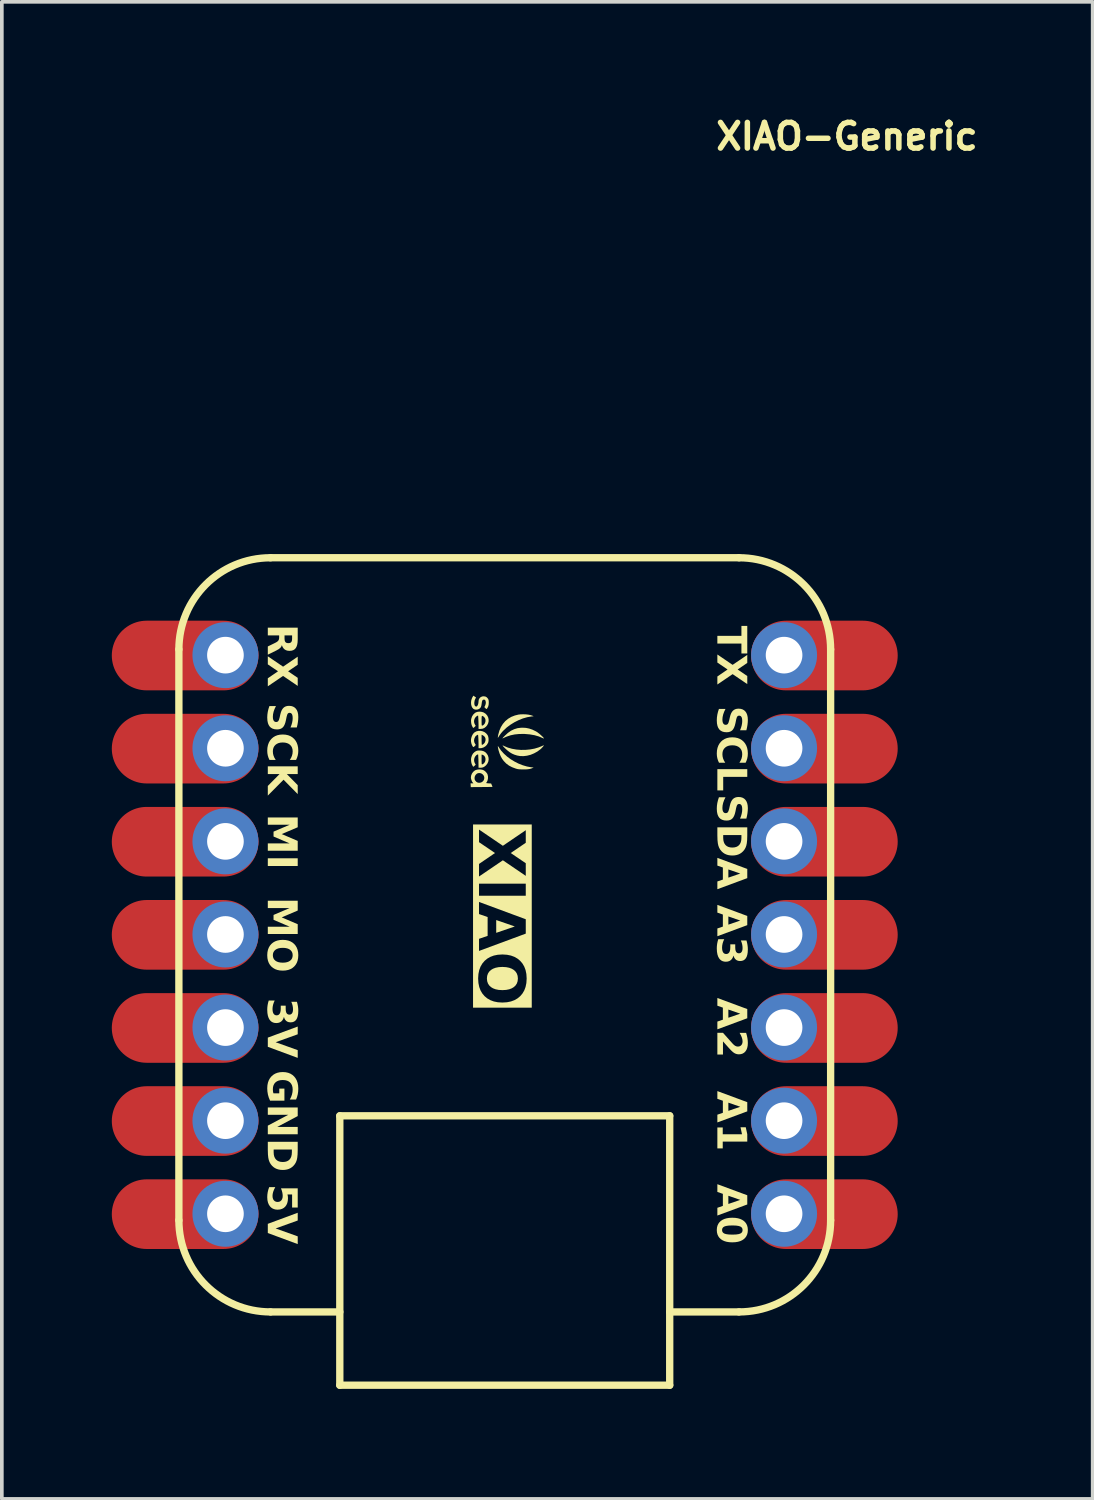
<source format=kicad_pcb>
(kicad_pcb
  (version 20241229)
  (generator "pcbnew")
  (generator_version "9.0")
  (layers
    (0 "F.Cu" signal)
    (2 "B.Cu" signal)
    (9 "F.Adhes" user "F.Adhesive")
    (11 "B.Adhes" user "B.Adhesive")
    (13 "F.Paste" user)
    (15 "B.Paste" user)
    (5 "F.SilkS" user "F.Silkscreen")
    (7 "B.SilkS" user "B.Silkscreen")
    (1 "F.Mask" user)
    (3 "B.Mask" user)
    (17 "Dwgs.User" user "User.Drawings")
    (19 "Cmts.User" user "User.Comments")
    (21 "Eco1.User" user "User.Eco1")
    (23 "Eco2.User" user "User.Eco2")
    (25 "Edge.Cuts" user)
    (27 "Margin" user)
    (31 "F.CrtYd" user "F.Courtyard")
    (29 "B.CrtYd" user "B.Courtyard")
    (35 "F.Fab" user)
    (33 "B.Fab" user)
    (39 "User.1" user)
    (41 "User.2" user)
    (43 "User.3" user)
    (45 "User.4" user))
  (footprint "XIAO-Generic"
    (layer "F.Cu")
    (at 10.72 22.453)
    (property "Reference" "XIAO-Generic" (at 9.335 -21.78 0) (layer "F.SilkS") (effects (font (size 0.7 0.7) (thickness 0.15))))
    (attr through_hole)
    (fp_line (start -8.89 7.787) (end -8.89 -7.787) (stroke (width 0.2) (type solid)) (layer "F.SilkS"))
    (fp_line (start -6.39 -10.287) (end 6.39 -10.287) (stroke (width 0.2) (type solid)) (layer "F.SilkS"))
    (fp_line (start -4.5 4.937) (end 4.5 4.937) (stroke (width 0.2) (type solid)) (layer "F.SilkS"))
    (fp_line (start -4.5 10.287) (end -6.39 10.287) (stroke (width 0.2) (type solid)) (layer "F.SilkS"))
    (fp_line (start -4.5 12.287) (end -4.5 4.937) (stroke (width 0.2) (type solid)) (layer "F.SilkS"))
    (fp_line (start 4.5 4.937) (end 4.5 12.287) (stroke (width 0.2) (type solid)) (layer "F.SilkS"))
    (fp_line (start 4.5 12.287) (end -4.5 12.287) (stroke (width 0.2) (type solid)) (layer "F.SilkS"))
    (fp_line (start 6.39 10.287) (end 4.5 10.287) (stroke (width 0.2) (type solid)) (layer "F.SilkS"))
    (fp_line (start 8.89 -7.787) (end 8.89 7.787) (stroke (width 0.2) (type solid)) (layer "F.SilkS"))
    (fp_arc (start -8.89 -7.787) (mid -8.157767 -9.554767) (end -6.39 -10.287) (stroke (width 0.2) (type solid)) (layer "F.SilkS"))
    (fp_arc (start -6.39 10.287) (mid -8.157767 9.554767) (end -8.89 7.787) (stroke (width 0.2) (type solid)) (layer "F.SilkS"))
    (fp_arc (start 6.39 -10.287) (mid 8.157767 -9.554767) (end 8.89 -7.787) (stroke (width 0.2) (type solid)) (layer "F.SilkS"))
    (fp_arc (start 8.89 7.787) (mid 8.157767 9.554767) (end 6.39 10.287) (stroke (width 0.2) (type solid)) (layer "F.SilkS"))
    (fp_poly (pts (xy 0.727 -5.957) (xy 0.613 -5.937) (xy 0.496 -5.904) (xy 0.379 -5.857) (xy 0.265 -5.8) (xy 0.156 -5.733) (xy 0.055 -5.658) (xy -0.033 -5.576) (xy -0.046 -5.563) (xy -0.082 -5.523) (xy -0.113 -5.484) (xy -0.144 -5.44) (xy -0.179 -5.386) (xy -0.187 -5.376) (xy -0.189 -5.379) (xy -0.189 -5.387) (xy -0.187 -5.404) (xy -0.183 -5.431) (xy -0.178 -5.458) (xy -0.148 -5.567) (xy -0.106 -5.666) (xy -0.052 -5.753) (xy 0.014 -5.83) (xy 0.091 -5.894) (xy 0.178 -5.946) (xy 0.275 -5.984) (xy 0.372 -6.008) (xy 0.433 -6.015) (xy 0.501 -6.017) (xy 0.571 -6.015) (xy 0.638 -6.008) (xy 0.699 -5.996) (xy 0.748 -5.981) (xy 0.756 -5.978) (xy 0.789 -5.963)) (stroke (width 0) (type solid)) (fill yes) (layer "F.SilkS"))
    (fp_poly (pts (xy 1.064 -5.163) (xy 1.053 -5.146) (xy 1.034 -5.124) (xy 1.012 -5.1) (xy 0.989 -5.076) (xy 0.976 -5.065) (xy 0.892 -5.002) (xy 0.8 -4.951) (xy 0.705 -4.912) (xy 0.607 -4.887) (xy 0.51 -4.875) (xy 0.415 -4.878) (xy 0.339 -4.892) (xy 0.264 -4.915) (xy 0.198 -4.944) (xy 0.135 -4.982) (xy 0.072 -5.031) (xy 0.02 -5.078) (xy -0.018 -5.115) (xy -0.043 -5.142) (xy -0.056 -5.158) (xy -0.058 -5.166) (xy -0.049 -5.165) (xy -0.028 -5.157) (xy -0.018 -5.151) (xy 0.085 -5.108) (xy 0.197 -5.076) (xy 0.317 -5.055) (xy 0.441 -5.045) (xy 0.566 -5.046) (xy 0.691 -5.058) (xy 0.812 -5.08) (xy 0.926 -5.114) (xy 1.014 -5.15) (xy 1.04 -5.162) (xy 1.059 -5.17) (xy 1.066 -5.172)) (stroke (width 0) (type solid)) (fill yes) (layer "F.SilkS"))
    (fp_poly (pts (xy 0.756 -4.55) (xy 0.718 -4.535) (xy 0.679 -4.525) (xy 0.637 -4.518) (xy 0.588 -4.514) (xy 0.526 -4.513) (xy 0.502 -4.513) (xy 0.45 -4.514) (xy 0.41 -4.515) (xy 0.379 -4.518) (xy 0.351 -4.522) (xy 0.324 -4.529) (xy 0.299 -4.536) (xy 0.2 -4.573) (xy 0.114 -4.618) (xy 0.039 -4.674) (xy -0.027 -4.742) (xy -0.074 -4.805) (xy -0.11 -4.871) (xy -0.142 -4.948) (xy -0.168 -5.03) (xy -0.177 -5.069) (xy -0.185 -5.11) (xy -0.189 -5.136) (xy -0.188 -5.147) (xy -0.182 -5.144) (xy -0.17 -5.128) (xy -0.16 -5.112) (xy -0.1 -5.026) (xy -0.024 -4.943) (xy 0.063 -4.864) (xy 0.16 -4.792) (xy 0.265 -4.728) (xy 0.375 -4.672) (xy 0.489 -4.627) (xy 0.604 -4.593) (xy 0.717 -4.572) (xy 0.735 -4.57) (xy 0.789 -4.564)) (stroke (width 0) (type solid)) (fill yes) (layer "F.SilkS"))
    (fp_poly (pts (xy 1.062 -5.357) (xy 1.044 -5.363) (xy 1.029 -5.37) (xy 0.927 -5.413) (xy 0.812 -5.446) (xy 0.685 -5.468) (xy 0.547 -5.48) (xy 0.523 -5.481) (xy 0.391 -5.479) (xy 0.271 -5.467) (xy 0.16 -5.444) (xy 0.056 -5.409) (xy -0.000345 -5.385) (xy -0.029 -5.371) (xy -0.052 -5.362) (xy -0.064 -5.359) (xy -0.065 -5.359) (xy -0.059 -5.367) (xy -0.044 -5.384) (xy -0.022 -5.408) (xy 0.004 -5.434) (xy 0.086 -5.509) (xy 0.17 -5.568) (xy 0.257 -5.61) (xy 0.348 -5.638) (xy 0.444 -5.65) (xy 0.481 -5.651) (xy 0.576 -5.646) (xy 0.665 -5.628) (xy 0.754 -5.598) (xy 0.844 -5.554) (xy 0.864 -5.543) (xy 0.892 -5.525) (xy 0.924 -5.5) (xy 0.959 -5.473) (xy 0.992 -5.443) (xy 1.023 -5.415) (xy 1.047 -5.39) (xy 1.064 -5.37) (xy 1.069 -5.359)) (stroke (width 0) (type solid)) (fill yes) (layer "F.SilkS"))
    (fp_poly (pts (xy -0.44 -6.273) (xy -0.454 -6.224) (xy -0.478 -6.18) (xy -0.486 -6.171) (xy -0.494 -6.162) (xy -0.502 -6.161) (xy -0.514 -6.17) (xy -0.528 -6.184) (xy -0.557 -6.212) (xy -0.536 -6.253) (xy -0.52 -6.299) (xy -0.516 -6.345) (xy -0.525 -6.385) (xy -0.528 -6.392) (xy -0.541 -6.41) (xy -0.558 -6.416) (xy -0.569 -6.417) (xy -0.59 -6.414) (xy -0.605 -6.403) (xy -0.616 -6.382) (xy -0.624 -6.349) (xy -0.63 -6.307) (xy -0.638 -6.255) (xy -0.65 -6.217) (xy -0.667 -6.19) (xy -0.692 -6.169) (xy -0.707 -6.16) (xy -0.747 -6.146) (xy -0.789 -6.143) (xy -0.829 -6.151) (xy -0.855 -6.164) (xy -0.885 -6.196) (xy -0.906 -6.239) (xy -0.918 -6.291) (xy -0.92 -6.348) (xy -0.913 -6.4) (xy -0.902 -6.435) (xy -0.887 -6.472) (xy -0.879 -6.486) (xy -0.856 -6.525) (xy -0.82 -6.5) (xy -0.783 -6.475) (xy -0.804 -6.437) (xy -0.821 -6.395) (xy -0.829 -6.346) (xy -0.83 -6.343) (xy -0.83 -6.296) (xy -0.822 -6.262) (xy -0.807 -6.24) (xy -0.794 -6.232) (xy -0.778 -6.227) (xy -0.764 -6.232) (xy -0.753 -6.241) (xy -0.737 -6.265) (xy -0.724 -6.301) (xy -0.717 -6.345) (xy -0.715 -6.376) (xy -0.708 -6.42) (xy -0.686 -6.458) (xy -0.654 -6.487) (xy -0.612 -6.504) (xy -0.576 -6.508) (xy -0.528 -6.501) (xy -0.49 -6.48) (xy -0.46 -6.445) (xy -0.457 -6.441) (xy -0.446 -6.419) (xy -0.44 -6.398) (xy -0.437 -6.371) (xy -0.436 -6.333) (xy -0.436 -6.333)) (stroke (width 0) (type solid)) (fill yes) (layer "F.SilkS"))
    (fp_poly (pts (xy -0.343 -4.036) (xy -0.366 -4.035) (xy -0.402 -4.035) (xy -0.449 -4.034) (xy -0.505 -4.033) (xy -0.569 -4.033) (xy -0.632 -4.032) (xy -0.928 -4.03) (xy -0.93 -4.082) (xy -0.933 -4.133) (xy -0.894 -4.133) (xy -0.855 -4.133) (xy -0.877 -4.159) (xy -0.895 -4.188) (xy -0.91 -4.226) (xy -0.921 -4.266) (xy -0.924 -4.296) (xy -0.916 -4.35) (xy -0.894 -4.402) (xy -0.86 -4.448) (xy -0.817 -4.483) (xy -0.801 -4.492) (xy -0.757 -4.506) (xy -0.709 -4.512) (xy -0.709 -4.414) (xy -0.747 -4.404) (xy -0.765 -4.393) (xy -0.797 -4.361) (xy -0.817 -4.321) (xy -0.825 -4.278) (xy -0.819 -4.235) (xy -0.807 -4.211) (xy -0.778 -4.177) (xy -0.744 -4.156) (xy -0.706 -4.148) (xy -0.667 -4.151) (xy -0.63 -4.164) (xy -0.599 -4.186) (xy -0.574 -4.217) (xy -0.56 -4.256) (xy -0.559 -4.3) (xy -0.559 -4.301) (xy -0.572 -4.341) (xy -0.597 -4.373) (xy -0.63 -4.398) (xy -0.668 -4.412) (xy -0.709 -4.414) (xy -0.709 -4.512) (xy -0.705 -4.513) (xy -0.652 -4.511) (xy -0.603 -4.501) (xy -0.58 -4.492) (xy -0.541 -4.468) (xy -0.507 -4.434) (xy -0.479 -4.397) (xy -0.467 -4.368) (xy -0.457 -4.314) (xy -0.459 -4.258) (xy -0.472 -4.206) (xy -0.477 -4.195) (xy -0.49 -4.17) (xy -0.502 -4.151) (xy -0.508 -4.145) (xy -0.506 -4.141) (xy -0.489 -4.137) (xy -0.458 -4.134) (xy -0.446 -4.133) (xy -0.372 -4.129) (xy -0.352 -4.083) (xy -0.342 -4.059) (xy -0.336 -4.042) (xy -0.335 -4.036)) (stroke (width 0) (type solid)) (fill yes) (layer "F.SilkS"))
    (fp_poly (pts (xy -0.449 -5.256) (xy -0.455 -5.24) (xy -0.486 -5.186) (xy -0.528 -5.143) (xy -0.578 -5.112) (xy -0.633 -5.095) (xy -0.667 -5.092) (xy -0.715 -5.092) (xy -0.715 -5.194) (xy -0.716 -5.242) (xy -0.717 -5.291) (xy -0.719 -5.339) (xy -0.721 -5.383) (xy -0.724 -5.419) (xy -0.726 -5.445) (xy -0.729 -5.457) (xy -0.729 -5.458) (xy -0.739 -5.458) (xy -0.756 -5.449) (xy -0.777 -5.435) (xy -0.795 -5.419) (xy -0.806 -5.405) (xy -0.83 -5.352) (xy -0.838 -5.301) (xy -0.83 -5.252) (xy -0.81 -5.212) (xy -0.789 -5.181) (xy -0.82 -5.149) (xy -0.84 -5.13) (xy -0.853 -5.123) (xy -0.862 -5.126) (xy -0.863 -5.127) (xy -0.879 -5.147) (xy -0.895 -5.179) (xy -0.909 -5.218) (xy -0.914 -5.24) (xy -0.921 -5.277) (xy -0.922 -5.308) (xy -0.919 -5.341) (xy -0.912 -5.375) (xy -0.896 -5.425) (xy -0.872 -5.471) (xy -0.843 -5.508) (xy -0.829 -5.52) (xy -0.779 -5.549) (xy -0.723 -5.564) (xy -0.665 -5.565) (xy -0.632 -5.559) (xy -0.632 -5.458) (xy -0.632 -5.321) (xy -0.631 -5.264) (xy -0.63 -5.223) (xy -0.628 -5.197) (xy -0.624 -5.185) (xy -0.622 -5.183) (xy -0.602 -5.19) (xy -0.578 -5.207) (xy -0.555 -5.23) (xy -0.541 -5.253) (xy -0.525 -5.301) (xy -0.524 -5.347) (xy -0.538 -5.388) (xy -0.565 -5.422) (xy -0.605 -5.447) (xy -0.611 -5.45) (xy -0.632 -5.458) (xy -0.632 -5.559) (xy -0.608 -5.554) (xy -0.555 -5.532) (xy -0.509 -5.498) (xy -0.472 -5.454) (xy -0.463 -5.438) (xy -0.449 -5.398) (xy -0.442 -5.35) (xy -0.442 -5.3)) (stroke (width 0) (type solid)) (fill yes) (layer "F.SilkS"))
    (fp_poly (pts (xy -0.448 -4.73) (xy -0.472 -4.676) (xy -0.509 -4.627) (xy -0.519 -4.618) (xy -0.557 -4.587) (xy -0.594 -4.568) (xy -0.635 -4.56) (xy -0.665 -4.558) (xy -0.715 -4.558) (xy -0.717 -4.681) (xy -0.717 -4.726) (xy -0.718 -4.765) (xy -0.719 -4.795) (xy -0.72 -4.813) (xy -0.72 -4.817) (xy -0.721 -4.831) (xy -0.722 -4.857) (xy -0.723 -4.878) (xy -0.724 -4.905) (xy -0.726 -4.918) (xy -0.732 -4.922) (xy -0.742 -4.92) (xy -0.772 -4.904) (xy -0.8 -4.875) (xy -0.821 -4.838) (xy -0.829 -4.817) (xy -0.837 -4.766) (xy -0.83 -4.716) (xy -0.81 -4.671) (xy -0.807 -4.667) (xy -0.791 -4.644) (xy -0.824 -4.612) (xy -0.842 -4.595) (xy -0.854 -4.588) (xy -0.864 -4.59) (xy -0.874 -4.605) (xy -0.888 -4.632) (xy -0.895 -4.646) (xy -0.91 -4.69) (xy -0.918 -4.742) (xy -0.92 -4.794) (xy -0.915 -4.83) (xy -0.896 -4.894) (xy -0.866 -4.946) (xy -0.825 -4.986) (xy -0.796 -5.005) (xy -0.771 -5.018) (xy -0.749 -5.025) (xy -0.722 -5.028) (xy -0.686 -5.029) (xy -0.686 -5.029) (xy -0.632 -5.024) (xy -0.632 -4.918) (xy -0.632 -4.784) (xy -0.632 -4.734) (xy -0.631 -4.697) (xy -0.63 -4.673) (xy -0.627 -4.659) (xy -0.624 -4.652) (xy -0.619 -4.65) (xy -0.619 -4.65) (xy -0.597 -4.657) (xy -0.573 -4.675) (xy -0.551 -4.7) (xy -0.539 -4.72) (xy -0.526 -4.764) (xy -0.526 -4.808) (xy -0.537 -4.849) (xy -0.558 -4.882) (xy -0.589 -4.905) (xy -0.609 -4.913) (xy -0.632 -4.918) (xy -0.632 -5.024) (xy -0.622 -5.023) (xy -0.568 -5.006) (xy -0.522 -4.976) (xy -0.499 -4.952) (xy -0.464 -4.902) (xy -0.445 -4.846) (xy -0.439 -4.788)) (stroke (width 0) (type solid)) (fill yes) (layer "F.SilkS"))
    (fp_poly (pts (xy -0.453 -5.771) (xy -0.479 -5.719) (xy -0.512 -5.679) (xy -0.556 -5.644) (xy -0.603 -5.624) (xy -0.658 -5.617) (xy -0.663 -5.617) (xy -0.715 -5.617) (xy -0.715 -5.719) (xy -0.716 -5.762) (xy -0.717 -5.808) (xy -0.719 -5.855) (xy -0.721 -5.898) (xy -0.723 -5.936) (xy -0.725 -5.964) (xy -0.727 -5.98) (xy -0.728 -5.982) (xy -0.736 -5.98) (xy -0.753 -5.973) (xy -0.755 -5.972) (xy -0.79 -5.945) (xy -0.817 -5.907) (xy -0.834 -5.862) (xy -0.838 -5.815) (xy -0.832 -5.781) (xy -0.822 -5.753) (xy -0.809 -5.729) (xy -0.806 -5.724) (xy -0.791 -5.703) (xy -0.824 -5.67) (xy -0.842 -5.654) (xy -0.854 -5.646) (xy -0.864 -5.649) (xy -0.874 -5.663) (xy -0.888 -5.691) (xy -0.895 -5.704) (xy -0.91 -5.749) (xy -0.918 -5.801) (xy -0.92 -5.854) (xy -0.915 -5.889) (xy -0.894 -5.955) (xy -0.861 -6.008) (xy -0.816 -6.051) (xy -0.787 -6.069) (xy -0.745 -6.083) (xy -0.694 -6.089) (xy -0.641 -6.085) (xy -0.614 -6.078) (xy -0.614 -5.973) (xy -0.622 -5.971) (xy -0.627 -5.96) (xy -0.63 -5.939) (xy -0.632 -5.905) (xy -0.632 -5.856) (xy -0.632 -5.842) (xy -0.632 -5.792) (xy -0.631 -5.756) (xy -0.63 -5.732) (xy -0.628 -5.718) (xy -0.624 -5.711) (xy -0.619 -5.708) (xy -0.616 -5.708) (xy -0.594 -5.715) (xy -0.57 -5.735) (xy -0.548 -5.762) (xy -0.539 -5.778) (xy -0.525 -5.826) (xy -0.526 -5.871) (xy -0.54 -5.912) (xy -0.567 -5.946) (xy -0.584 -5.958) (xy -0.601 -5.968) (xy -0.614 -5.973) (xy -0.614 -6.078) (xy -0.59 -6.072) (xy -0.572 -6.064) (xy -0.521 -6.031) (xy -0.482 -5.988) (xy -0.455 -5.938) (xy -0.441 -5.883) (xy -0.44 -5.827)) (stroke (width 0) (type solid)) (fill yes) (layer "F.SilkS"))
    (fp_text user "SCK" (at -6.6 -5.08 270) (unlocked yes) (layer "F.SilkS") (effects (font (face "Space Grotesk") (size 0.8 0.8) (thickness 0.16) (bold yes)) (justify bottom)))
    (fp_text user "TX" (at 6.6 -7.62 270) (unlocked yes) (layer "F.SilkS") (effects (font (face "Space Grotesk") (size 0.8 0.8) (thickness 0.16) (bold yes)) (justify top)))
    (fp_text user "GND" (at -6.6 5.08 270) (unlocked yes) (layer "F.SilkS") (effects (font (face "Space Grotesk") (size 0.8 0.8) (thickness 0.16) (bold yes)) (justify bottom)))
    (fp_text user "A3" (at 6.6 0 270) (unlocked yes) (layer "F.SilkS") (effects (font (face "Space Grotesk") (size 0.8 0.8) (thickness 0.16) (bold yes)) (justify top)))
    (fp_text user "MI" (at -6.6 -2.54 270) (unlocked yes) (layer "F.SilkS") (effects (font (face "Space Grotesk") (size 0.8 0.8) (thickness 0.16) (bold yes)) (justify bottom)))
    (fp_text user "SCL" (at 6.6 -5.08 270) (unlocked yes) (layer "F.SilkS") (effects (font (face "Space Grotesk") (size 0.8 0.8) (thickness 0.16) (bold yes)) (justify top)))
    (fp_text user "3V" (at -6.6 2.54 270) (unlocked yes) (layer "F.SilkS") (effects (font (face "Space Grotesk") (size 0.8 0.8) (thickness 0.16) (bold yes)) (justify bottom)))
    (fp_text user "MO" (at -6.6 0 270) (unlocked yes) (layer "F.SilkS") (effects (font (face "Space Grotesk") (size 0.8 0.8) (thickness 0.16) (bold yes)) (justify bottom)))
    (fp_text user "A2" (at 6.6 2.54 270) (unlocked yes) (layer "F.SilkS") (effects (font (face "Space Grotesk") (size 0.8 0.8) (thickness 0.16) (bold yes)) (justify top)))
    (fp_text user "RX" (at -6.6 -7.62 270) (unlocked yes) (layer "F.SilkS") (effects (font (face "Space Grotesk") (size 0.8 0.8) (thickness 0.16) (bold yes)) (justify bottom)))
    (fp_text user "XIAO" (at -0.183 -2.905 270) (unlocked yes) (layer "F.SilkS" knockout) (effects (font (face "Space Grotesk") (size 1.25 1.25) (thickness 0.25) (bold yes)) (justify left)))
    (fp_text user "A0" (at 6.6 7.62 270) (unlocked yes) (layer "F.SilkS") (effects (font (face "Space Grotesk") (size 0.8 0.8) (thickness 0.16) (bold yes)) (justify top)))
    (fp_text user "A1" (at 6.6 5.08 270) (unlocked yes) (layer "F.SilkS") (effects (font (face "Space Grotesk") (size 0.8 0.8) (thickness 0.16) (bold yes)) (justify top)))
    (fp_text user "5V" (at -6.6 7.62 270) (unlocked yes) (layer "F.SilkS") (effects (font (face "Space Grotesk") (size 0.8 0.8) (thickness 0.16) (bold yes)) (justify bottom)))
    (fp_text user "SDA" (at 6.6 -2.54 270) (unlocked yes) (layer "F.SilkS") (effects (font (face "Space Grotesk") (size 0.8 0.8) (thickness 0.16) (bold yes)) (justify top)))
    (pad "1" thru_hole circle (at 7.62 7.61 270) (size 1.8 1.8) (drill 1) (layers "*.Cu" "*.Mask"))
    (pad "1" smd oval (at 7.62 7.62 90) (size 1.9 4) (drill (offset 0 1.1)) (layers "F.Cu" "F.Mask"))
    (pad "2" thru_hole circle (at 7.62 5.07 270) (size 1.8 1.8) (drill 1) (layers "*.Cu" "*.Mask"))
    (pad "2" smd oval (at 7.62 5.08 90) (size 1.9 4) (drill (offset 0 1.1)) (layers "F.Cu" "F.Mask"))
    (pad "3" thru_hole circle (at 7.62 2.53 270) (size 1.8 1.8) (drill 1) (layers "*.Cu" "*.Mask"))
    (pad "3" smd oval (at 7.62 2.54 90) (size 1.9 4) (drill (offset 0 1.1)) (layers "F.Cu" "F.Mask"))
    (pad "4" thru_hole circle (at 7.62 -0.01 270) (size 1.8 1.8) (drill 1) (layers "*.Cu" "*.Mask"))
    (pad "4" smd oval (at 7.62 0 90) (size 1.9 4) (drill (offset 0 1.1)) (layers "F.Cu" "F.Mask"))
    (pad "5" thru_hole circle (at 7.62 -2.55 270) (size 1.8 1.8) (drill 1) (layers "*.Cu" "*.Mask"))
    (pad "5" smd oval (at 7.62 -2.54 90) (size 1.9 4) (drill (offset 0 1.1)) (layers "F.Cu" "F.Mask"))
    (pad "6" thru_hole circle (at 7.62 -5.09 270) (size 1.8 1.8) (drill 1) (layers "*.Cu" "*.Mask"))
    (pad "6" smd oval (at 7.62 -5.08 90) (size 1.9 4) (drill (offset 0 1.1)) (layers "F.Cu" "F.Mask"))
    (pad "7" thru_hole circle (at 7.62 -7.63 270) (size 1.8 1.8) (drill 1) (layers "*.Cu" "*.Mask"))
    (pad "7" smd oval (at 7.62 -7.62 90) (size 1.9 4) (drill (offset 0 1.1)) (layers "F.Cu" "F.Mask"))
    (pad "8" thru_hole circle (at -7.62 -7.63 90) (size 1.8 1.8) (drill 1) (layers "*.Cu" "*.Mask"))
    (pad "8" smd oval (at -7.62 -7.62 270) (size 1.9 4) (drill (offset 0 1.1)) (layers "F.Cu" "F.Mask"))
    (pad "9" thru_hole circle (at -7.62 -5.09 90) (size 1.8 1.8) (drill 1) (layers "*.Cu" "*.Mask"))
    (pad "9" smd oval (at -7.62 -5.08 270) (size 1.9 4) (drill (offset 0 1.1)) (layers "F.Cu" "F.Mask"))
    (pad "10" thru_hole circle (at -7.62 -2.55 90) (size 1.8 1.8) (drill 1) (layers "*.Cu" "*.Mask"))
    (pad "10" smd oval (at -7.62 -2.54 270) (size 1.9 4) (drill (offset 0 1.1)) (layers "F.Cu" "F.Mask"))
    (pad "11" thru_hole circle (at -7.62 -0.01 90) (size 1.8 1.8) (drill 1) (layers "*.Cu" "*.Mask"))
    (pad "11" smd oval (at -7.62 0 270) (size 1.9 4) (drill (offset 0 1.1)) (layers "F.Cu" "F.Mask"))
    (pad "12" thru_hole circle (at -7.62 2.53 90) (size 1.8 1.8) (drill 1) (layers "*.Cu" "*.Mask"))
    (pad "12" smd oval (at -7.62 2.54 270) (size 1.9 4) (drill (offset 0 1.1)) (layers "F.Cu" "F.Mask"))
    (pad "13" thru_hole circle (at -7.62 5.07 90) (size 1.8 1.8) (drill 1) (layers "*.Cu" "*.Mask"))
    (pad "13" smd oval (at -7.62 5.08 270) (size 1.9 4) (drill (offset 0 1.1)) (layers "F.Cu" "F.Mask"))
    (pad "14" thru_hole circle (at -7.62 7.61 90) (size 1.8 1.8) (drill 1) (layers "*.Cu" "*.Mask"))
    (pad "14" smd oval (at -7.62 7.62 270) (size 1.9 4) (drill (offset 0 1.1)) (layers "F.Cu" "F.Mask")))
  (gr_rect
    (start -3 -3)
    (end 26.759 37.84)
    (stroke (width 0.1) (type default))
    (fill no)
    (layer "Edge.Cuts")))
</source>
